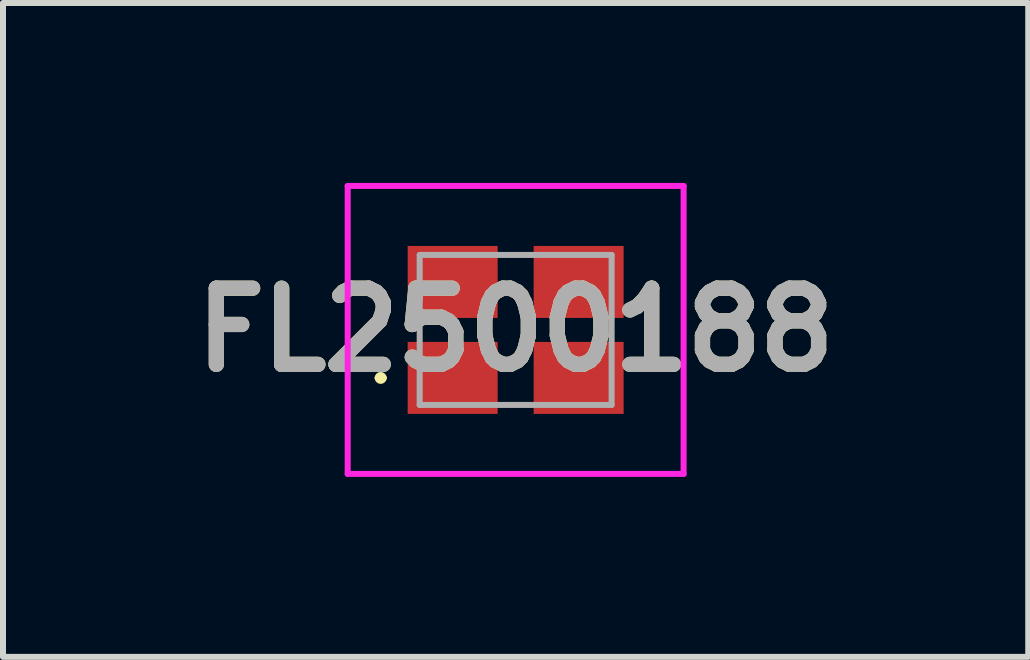
<source format=kicad_pcb>
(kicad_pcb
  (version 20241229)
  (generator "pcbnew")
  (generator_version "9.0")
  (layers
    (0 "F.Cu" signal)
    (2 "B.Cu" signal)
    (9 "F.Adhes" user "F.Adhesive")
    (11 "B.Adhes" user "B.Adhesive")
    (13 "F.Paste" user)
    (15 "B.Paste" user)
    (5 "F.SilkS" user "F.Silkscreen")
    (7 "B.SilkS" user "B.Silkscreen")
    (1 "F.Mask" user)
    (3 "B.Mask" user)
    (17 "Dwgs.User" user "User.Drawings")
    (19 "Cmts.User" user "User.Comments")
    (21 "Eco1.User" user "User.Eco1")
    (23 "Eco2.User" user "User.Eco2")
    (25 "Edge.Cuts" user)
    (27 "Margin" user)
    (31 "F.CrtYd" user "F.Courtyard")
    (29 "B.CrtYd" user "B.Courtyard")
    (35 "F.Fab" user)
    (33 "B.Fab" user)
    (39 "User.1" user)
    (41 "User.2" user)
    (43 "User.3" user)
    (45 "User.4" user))
  (footprint "FL2500188"
    (layer "F.Cu")
    (at 5.546 2.45)
    (property "Reference" "FL2500188" (at 0 0 0) (layer "F.SilkS") (effects (font (size 1.27 1.27) (thickness 0.254))))
    (attr smd)
    (fp_line (start -2.3 0.8) (end -2.3 0.8) (stroke (width 0.1) (type solid)) (layer "F.SilkS"))
    (fp_line (start -2.2 0.8) (end -2.2 0.8) (stroke (width 0.1) (type solid)) (layer "F.SilkS"))
    (fp_arc (start -2.3 0.8) (mid -2.25 0.75) (end -2.2 0.8) (stroke (width 0.1) (type solid)) (layer "F.SilkS"))
    (fp_arc (start -2.2 0.8) (mid -2.25 0.85) (end -2.3 0.8) (stroke (width 0.1) (type solid)) (layer "F.SilkS"))
    (fp_line (start -2.8 -2.4) (end 2.8 -2.4) (stroke (width 0.1) (type solid)) (layer "F.CrtYd"))
    (fp_line (start -2.8 2.4) (end -2.8 -2.4) (stroke (width 0.1) (type solid)) (layer "F.CrtYd"))
    (fp_line (start 2.8 -2.4) (end 2.8 2.4) (stroke (width 0.1) (type solid)) (layer "F.CrtYd"))
    (fp_line (start 2.8 2.4) (end -2.8 2.4) (stroke (width 0.1) (type solid)) (layer "F.CrtYd"))
    (fp_line (start -1.6 -1.25) (end 1.6 -1.25) (stroke (width 0.1) (type solid)) (layer "F.Fab"))
    (fp_line (start -1.6 1.25) (end -1.6 -1.25) (stroke (width 0.1) (type solid)) (layer "F.Fab"))
    (fp_line (start 1.6 -1.25) (end 1.6 1.25) (stroke (width 0.1) (type solid)) (layer "F.Fab"))
    (fp_line (start 1.6 1.25) (end -1.6 1.25) (stroke (width 0.1) (type solid)) (layer "F.Fab"))
    (fp_text user "${REFERENCE}" (at 0 0 0) (layer "F.Fab") (effects (font (size 1.27 1.27) (thickness 0.254))))
    (pad "1" smd rect (at -1.05 0.8 90) (size 1.2 1.5) (layers "F.Cu" "F.Mask" "F.Paste"))
    (pad "2" smd rect (at 1.05 0.8 90) (size 1.2 1.5) (layers "F.Cu" "F.Mask" "F.Paste"))
    (pad "3" smd rect (at 1.05 -0.8 90) (size 1.2 1.5) (layers "F.Cu" "F.Mask" "F.Paste"))
    (pad "4" smd rect (at -1.05 -0.8 90) (size 1.2 1.5) (layers "F.Cu" "F.Mask" "F.Paste")))
  (gr_rect
    (start -3 -3)
    (end 14.091 7.9)
    (stroke (width 0.1) (type default))
    (fill no)
    (layer "Edge.Cuts")))
</source>
